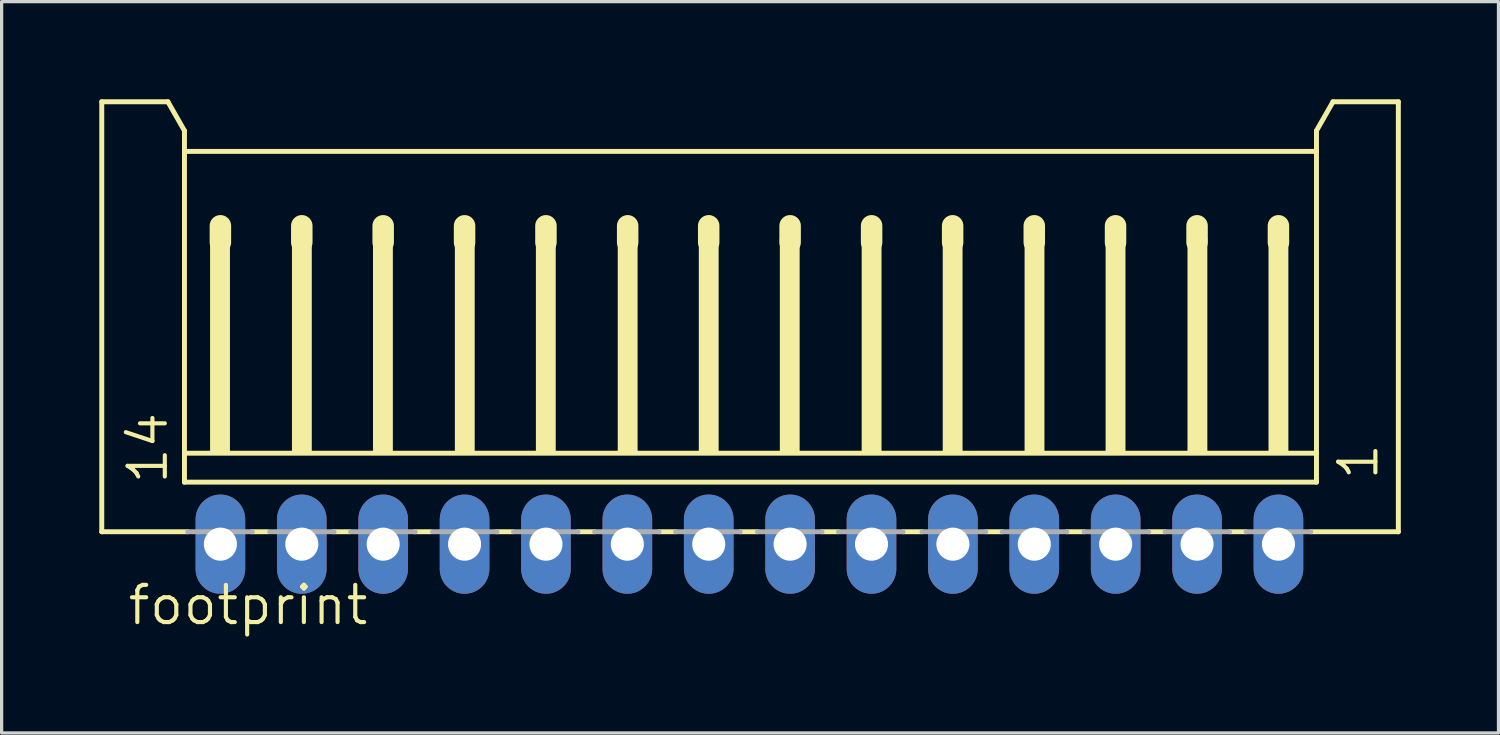
<source format=kicad_pcb>
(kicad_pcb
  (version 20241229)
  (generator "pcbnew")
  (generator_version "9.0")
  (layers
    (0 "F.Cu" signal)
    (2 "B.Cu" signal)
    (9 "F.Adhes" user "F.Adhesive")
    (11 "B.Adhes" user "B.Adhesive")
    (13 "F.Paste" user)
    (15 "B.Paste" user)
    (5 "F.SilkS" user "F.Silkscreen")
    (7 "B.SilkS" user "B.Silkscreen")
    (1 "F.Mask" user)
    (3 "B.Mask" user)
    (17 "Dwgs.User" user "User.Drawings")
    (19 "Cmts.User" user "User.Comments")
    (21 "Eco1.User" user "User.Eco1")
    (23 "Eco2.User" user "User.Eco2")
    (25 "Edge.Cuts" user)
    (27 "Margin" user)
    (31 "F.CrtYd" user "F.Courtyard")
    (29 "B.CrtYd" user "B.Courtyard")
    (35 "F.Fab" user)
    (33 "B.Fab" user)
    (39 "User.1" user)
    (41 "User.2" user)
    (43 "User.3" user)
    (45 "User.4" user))
  (footprint "footprint"
    (layer "F.Cu")
    (at 19.97 7.415)
    (property "Reference" "footprint" (at -19.158 8.79 0) (layer "F.SilkS") (effects (font (size 1.143 1.143) (thickness 0.127)) (justify left bottom)))
    (fp_line (start -19.894 -7.339) (end -17.862 -7.339) (stroke (width 0.152) (type solid)) (layer "F.SilkS"))
    (fp_line (start -19.894 5.869) (end -19.894 -7.339) (stroke (width 0.152) (type solid)) (layer "F.SilkS"))
    (fp_line (start -17.862 -7.339) (end -17.354 -6.45) (stroke (width 0.152) (type solid)) (layer "F.SilkS"))
    (fp_line (start -17.354 -6.45) (end -17.354 -5.815) (stroke (width 0.152) (type solid)) (layer "F.SilkS"))
    (fp_line (start -17.354 -5.815) (end -17.354 3.456) (stroke (width 0.152) (type solid)) (layer "F.SilkS"))
    (fp_line (start -17.354 3.456) (end -17.354 4.345) (stroke (width 0.152) (type solid)) (layer "F.SilkS"))
    (fp_line (start -17.253 5.869) (end -19.894 5.869) (stroke (width 0.152) (type solid)) (layer "F.SilkS"))
    (fp_line (start -16.25 -3.529) (end -16.25 -3.021) (stroke (width 0.66) (type solid)) (layer "F.SilkS"))
    (fp_line (start -14.789 5.869) (end -15.297 5.869) (stroke (width 0.152) (type solid)) (layer "F.SilkS"))
    (fp_line (start -13.75 -3.529) (end -13.75 -3.021) (stroke (width 0.66) (type solid)) (layer "F.SilkS"))
    (fp_line (start -12.274 5.869) (end -12.782 5.869) (stroke (width 0.152) (type solid)) (layer "F.SilkS"))
    (fp_line (start -11.25 -3.529) (end -11.25 -3.021) (stroke (width 0.66) (type solid)) (layer "F.SilkS"))
    (fp_line (start -9.785 5.869) (end -10.293 5.869) (stroke (width 0.152) (type solid)) (layer "F.SilkS"))
    (fp_line (start -8.75 -3.529) (end -8.75 -3.021) (stroke (width 0.66) (type solid)) (layer "F.SilkS"))
    (fp_line (start -7.27 5.869) (end -7.778 5.869) (stroke (width 0.152) (type solid)) (layer "F.SilkS"))
    (fp_line (start -6.25 -3.529) (end -6.25 -3.021) (stroke (width 0.66) (type solid)) (layer "F.SilkS"))
    (fp_line (start -4.756 5.869) (end -5.264 5.869) (stroke (width 0.152) (type solid)) (layer "F.SilkS"))
    (fp_line (start -3.74 -3.529) (end -3.74 -3.021) (stroke (width 0.66) (type solid)) (layer "F.SilkS"))
    (fp_line (start -2.267 5.869) (end -2.775 5.869) (stroke (width 0.152) (type solid)) (layer "F.SilkS"))
    (fp_line (start -1.251 -3.529) (end -1.251 -3.021) (stroke (width 0.66) (type solid)) (layer "F.SilkS"))
    (fp_line (start 0.248 5.869) (end -0.285 5.869) (stroke (width 0.152) (type solid)) (layer "F.SilkS"))
    (fp_line (start 1.25 -3.529) (end 1.25 -3.021) (stroke (width 0.66) (type solid)) (layer "F.SilkS"))
    (fp_line (start 2.737 5.869) (end 2.229 5.869) (stroke (width 0.152) (type solid)) (layer "F.SilkS"))
    (fp_line (start 3.753 -3.529) (end 3.753 -3.021) (stroke (width 0.66) (type solid)) (layer "F.SilkS"))
    (fp_line (start 5.303 5.869) (end 4.718 5.869) (stroke (width 0.152) (type solid)) (layer "F.SilkS"))
    (fp_line (start 6.242 -3.529) (end 6.242 -3.021) (stroke (width 0.66) (type solid)) (layer "F.SilkS"))
    (fp_line (start 7.766 5.869) (end 7.258 5.869) (stroke (width 0.152) (type solid)) (layer "F.SilkS"))
    (fp_line (start 8.75 -3.529) (end 8.75 -3.021) (stroke (width 0.66) (type solid)) (layer "F.SilkS"))
    (fp_line (start 10.281 5.869) (end 9.748 5.869) (stroke (width 0.152) (type solid)) (layer "F.SilkS"))
    (fp_line (start 11.246 -3.529) (end 11.246 -3.021) (stroke (width 0.66) (type solid)) (layer "F.SilkS"))
    (fp_line (start 12.77 5.869) (end 12.262 5.869) (stroke (width 0.152) (type solid)) (layer "F.SilkS"))
    (fp_line (start 13.75 -3.529) (end 13.75 -3.021) (stroke (width 0.66) (type solid)) (layer "F.SilkS"))
    (fp_line (start 15.259 5.869) (end 14.751 5.869) (stroke (width 0.152) (type solid)) (layer "F.SilkS"))
    (fp_line (start 16.25 -3.529) (end 16.25 -3.021) (stroke (width 0.66) (type solid)) (layer "F.SilkS"))
    (fp_line (start 17.418 -6.45) (end 17.418 -5.815) (stroke (width 0.152) (type solid)) (layer "F.SilkS"))
    (fp_line (start 17.418 -6.45) (end 17.926 -7.339) (stroke (width 0.152) (type solid)) (layer "F.SilkS"))
    (fp_line (start 17.418 -5.815) (end -17.354 -5.815) (stroke (width 0.152) (type solid)) (layer "F.SilkS"))
    (fp_line (start 17.418 -5.815) (end 17.418 3.456) (stroke (width 0.152) (type solid)) (layer "F.SilkS"))
    (fp_line (start 17.418 3.456) (end -17.354 3.456) (stroke (width 0.152) (type solid)) (layer "F.SilkS"))
    (fp_line (start 17.418 3.456) (end 17.418 4.345) (stroke (width 0.152) (type solid)) (layer "F.SilkS"))
    (fp_line (start 17.418 4.345) (end -17.354 4.345) (stroke (width 0.152) (type solid)) (layer "F.SilkS"))
    (fp_line (start 19.933 -7.339) (end 17.926 -7.339) (stroke (width 0.152) (type solid)) (layer "F.SilkS"))
    (fp_line (start 19.933 5.869) (end 17.241 5.869) (stroke (width 0.152) (type solid)) (layer "F.SilkS"))
    (fp_line (start 19.933 5.869) (end 19.933 -7.339) (stroke (width 0.152) (type solid)) (layer "F.SilkS"))
    (fp_poly (pts (xy -16.567 3.456) (xy -15.957 3.456) (xy -15.957 -3.148) (xy -16.567 -3.148)) (stroke (width 0) (type solid)) (fill yes) (layer "F.SilkS"))
    (fp_poly (pts (xy -14.052 3.456) (xy -13.443 3.456) (xy -13.443 -3.148) (xy -14.052 -3.148)) (stroke (width 0) (type solid)) (fill yes) (layer "F.SilkS"))
    (fp_poly (pts (xy -11.563 3.456) (xy -10.953 3.456) (xy -10.953 -3.148) (xy -11.563 -3.148)) (stroke (width 0) (type solid)) (fill yes) (layer "F.SilkS"))
    (fp_poly (pts (xy -9.048 3.456) (xy -8.439 3.456) (xy -8.439 -3.148) (xy -9.048 -3.148)) (stroke (width 0) (type solid)) (fill yes) (layer "F.SilkS"))
    (fp_poly (pts (xy -6.559 3.456) (xy -5.95 3.456) (xy -5.95 -3.148) (xy -6.559 -3.148)) (stroke (width 0) (type solid)) (fill yes) (layer "F.SilkS"))
    (fp_poly (pts (xy -4.045 3.456) (xy -3.435 3.456) (xy -3.435 -3.148) (xy -4.045 -3.148)) (stroke (width 0) (type solid)) (fill yes) (layer "F.SilkS"))
    (fp_poly (pts (xy -1.555 3.456) (xy -0.946 3.456) (xy -0.946 -3.148) (xy -1.555 -3.148)) (stroke (width 0) (type solid)) (fill yes) (layer "F.SilkS"))
    (fp_poly (pts (xy 0.934 3.456) (xy 1.543 3.456) (xy 1.543 -3.148) (xy 0.934 -3.148)) (stroke (width 0) (type solid)) (fill yes) (layer "F.SilkS"))
    (fp_poly (pts (xy 3.448 3.456) (xy 4.058 3.456) (xy 4.058 -3.148) (xy 3.448 -3.148)) (stroke (width 0) (type solid)) (fill yes) (layer "F.SilkS"))
    (fp_poly (pts (xy 5.938 3.456) (xy 6.547 3.456) (xy 6.547 -3.148) (xy 5.938 -3.148)) (stroke (width 0) (type solid)) (fill yes) (layer "F.SilkS"))
    (fp_poly (pts (xy 8.452 3.456) (xy 9.062 3.456) (xy 9.062 -3.148) (xy 8.452 -3.148)) (stroke (width 0) (type solid)) (fill yes) (layer "F.SilkS"))
    (fp_poly (pts (xy 10.941 3.456) (xy 11.551 3.456) (xy 11.551 -3.148) (xy 10.941 -3.148)) (stroke (width 0) (type solid)) (fill yes) (layer "F.SilkS"))
    (fp_poly (pts (xy 13.456 3.456) (xy 14.066 3.456) (xy 14.066 -3.148) (xy 13.456 -3.148)) (stroke (width 0) (type solid)) (fill yes) (layer "F.SilkS"))
    (fp_poly (pts (xy 15.945 3.456) (xy 16.555 3.456) (xy 16.555 -3.148) (xy 15.945 -3.148)) (stroke (width 0) (type solid)) (fill yes) (layer "F.SilkS"))
    (fp_line (start -17.253 5.869) (end -15.271 5.869) (stroke (width 0.152) (type solid)) (layer "F.Fab"))
    (fp_line (start -14.738 5.869) (end -12.757 5.869) (stroke (width 0.152) (type solid)) (layer "F.Fab"))
    (fp_line (start -12.249 5.869) (end -10.268 5.869) (stroke (width 0.152) (type solid)) (layer "F.Fab"))
    (fp_line (start -9.734 5.869) (end -7.753 5.869) (stroke (width 0.152) (type solid)) (layer "F.Fab"))
    (fp_line (start -7.245 5.869) (end -5.264 5.869) (stroke (width 0.152) (type solid)) (layer "F.Fab"))
    (fp_line (start -4.756 5.869) (end -2.775 5.869) (stroke (width 0.152) (type solid)) (layer "F.Fab"))
    (fp_line (start -2.267 5.869) (end -0.285 5.869) (stroke (width 0.152) (type solid)) (layer "F.Fab"))
    (fp_line (start 0.248 5.869) (end 2.229 5.869) (stroke (width 0.152) (type solid)) (layer "F.Fab"))
    (fp_line (start 2.737 5.869) (end 4.718 5.869) (stroke (width 0.152) (type solid)) (layer "F.Fab"))
    (fp_line (start 5.303 5.869) (end 7.258 5.869) (stroke (width 0.152) (type solid)) (layer "F.Fab"))
    (fp_line (start 7.766 5.869) (end 9.748 5.869) (stroke (width 0.152) (type solid)) (layer "F.Fab"))
    (fp_line (start 10.281 5.869) (end 12.262 5.869) (stroke (width 0.152) (type solid)) (layer "F.Fab"))
    (fp_line (start 12.77 5.869) (end 14.751 5.869) (stroke (width 0.152) (type solid)) (layer "F.Fab"))
    (fp_line (start 15.259 5.869) (end 17.241 5.869) (stroke (width 0.152) (type solid)) (layer "F.Fab"))
    (fp_poly (pts (xy -16.567 6.504) (xy -15.957 6.504) (xy -15.957 5.869) (xy -16.567 5.869)) (stroke (width 0.1) (type solid)) (fill no) (layer "F.Fab"))
    (fp_poly (pts (xy -14.052 6.504) (xy -13.443 6.504) (xy -13.443 5.869) (xy -14.052 5.869)) (stroke (width 0.1) (type solid)) (fill no) (layer "F.Fab"))
    (fp_poly (pts (xy -11.563 6.504) (xy -10.953 6.504) (xy -10.953 5.869) (xy -11.563 5.869)) (stroke (width 0.1) (type solid)) (fill no) (layer "F.Fab"))
    (fp_poly (pts (xy -9.048 6.504) (xy -8.439 6.504) (xy -8.439 5.869) (xy -9.048 5.869)) (stroke (width 0.1) (type solid)) (fill no) (layer "F.Fab"))
    (fp_poly (pts (xy -6.559 6.504) (xy -5.95 6.504) (xy -5.95 5.869) (xy -6.559 5.869)) (stroke (width 0.1) (type solid)) (fill no) (layer "F.Fab"))
    (fp_poly (pts (xy -4.045 6.504) (xy -3.435 6.504) (xy -3.435 5.869) (xy -4.045 5.869)) (stroke (width 0.1) (type solid)) (fill no) (layer "F.Fab"))
    (fp_poly (pts (xy -1.555 6.504) (xy -0.946 6.504) (xy -0.946 5.869) (xy -1.555 5.869)) (stroke (width 0.1) (type solid)) (fill no) (layer "F.Fab"))
    (fp_poly (pts (xy 0.934 6.504) (xy 1.543 6.504) (xy 1.543 5.869) (xy 0.934 5.869)) (stroke (width 0.1) (type solid)) (fill no) (layer "F.Fab"))
    (fp_poly (pts (xy 3.448 6.504) (xy 4.058 6.504) (xy 4.058 5.869) (xy 3.448 5.869)) (stroke (width 0.1) (type solid)) (fill no) (layer "F.Fab"))
    (fp_poly (pts (xy 5.938 6.504) (xy 6.547 6.504) (xy 6.547 5.869) (xy 5.938 5.869)) (stroke (width 0.1) (type solid)) (fill no) (layer "F.Fab"))
    (fp_poly (pts (xy 8.452 6.504) (xy 9.062 6.504) (xy 9.062 5.869) (xy 8.452 5.869)) (stroke (width 0.1) (type solid)) (fill no) (layer "F.Fab"))
    (fp_poly (pts (xy 10.941 6.504) (xy 11.551 6.504) (xy 11.551 5.869) (xy 10.941 5.869)) (stroke (width 0.1) (type solid)) (fill no) (layer "F.Fab"))
    (fp_poly (pts (xy 13.456 6.504) (xy 14.066 6.504) (xy 14.066 5.869) (xy 13.456 5.869)) (stroke (width 0.1) (type solid)) (fill no) (layer "F.Fab"))
    (fp_poly (pts (xy 15.945 6.504) (xy 16.555 6.504) (xy 16.555 5.869) (xy 15.945 5.869)) (stroke (width 0.1) (type solid)) (fill no) (layer "F.Fab"))
    (fp_text user "14" (at -17.811 4.472 90) (layer "F.SilkS") (effects (font (size 1.143 1.143) (thickness 0.127)) (justify left bottom)))
    (fp_text user "1" (at 19.374 4.345 90) (layer "F.SilkS") (effects (font (size 1.143 1.143) (thickness 0.127)) (justify left bottom)))
    (pad "1" thru_hole oval (at 16.25 6.25 90) (size 3.048 1.524) (drill 1.016) (layers "*.Cu" "*.Mask"))
    (pad "2" thru_hole oval (at 13.75 6.25 90) (size 3.048 1.524) (drill 1.016) (layers "*.Cu" "*.Mask"))
    (pad "3" thru_hole oval (at 11.25 6.25 90) (size 3.048 1.524) (drill 1.016) (layers "*.Cu" "*.Mask"))
    (pad "4" thru_hole oval (at 8.75 6.25 90) (size 3.048 1.524) (drill 1.016) (layers "*.Cu" "*.Mask"))
    (pad "5" thru_hole oval (at 6.25 6.25 90) (size 3.048 1.524) (drill 1.016) (layers "*.Cu" "*.Mask"))
    (pad "6" thru_hole oval (at 3.75 6.25 90) (size 3.048 1.524) (drill 1.016) (layers "*.Cu" "*.Mask"))
    (pad "7" thru_hole oval (at 1.25 6.25 90) (size 3.048 1.524) (drill 1.016) (layers "*.Cu" "*.Mask"))
    (pad "8" thru_hole oval (at -1.25 6.25 90) (size 3.048 1.524) (drill 1.016) (layers "*.Cu" "*.Mask"))
    (pad "9" thru_hole oval (at -3.75 6.25 90) (size 3.048 1.524) (drill 1.016) (layers "*.Cu" "*.Mask"))
    (pad "10" thru_hole oval (at -6.25 6.25 90) (size 3.048 1.524) (drill 1.016) (layers "*.Cu" "*.Mask"))
    (pad "11" thru_hole oval (at -8.75 6.25 90) (size 3.048 1.524) (drill 1.016) (layers "*.Cu" "*.Mask"))
    (pad "12" thru_hole oval (at -11.25 6.25 90) (size 3.048 1.524) (drill 1.016) (layers "*.Cu" "*.Mask"))
    (pad "13" thru_hole oval (at -13.75 6.25 90) (size 3.048 1.524) (drill 1.016) (layers "*.Cu" "*.Mask"))
    (pad "14" thru_hole oval (at -16.25 6.25 90) (size 3.048 1.524) (drill 1.016) (layers "*.Cu" "*.Mask")))
  (gr_rect
    (start -3 -3)
    (end 42.979 19.464)
    (stroke (width 0.1) (type default))
    (fill no)
    (layer "Edge.Cuts")))
</source>
